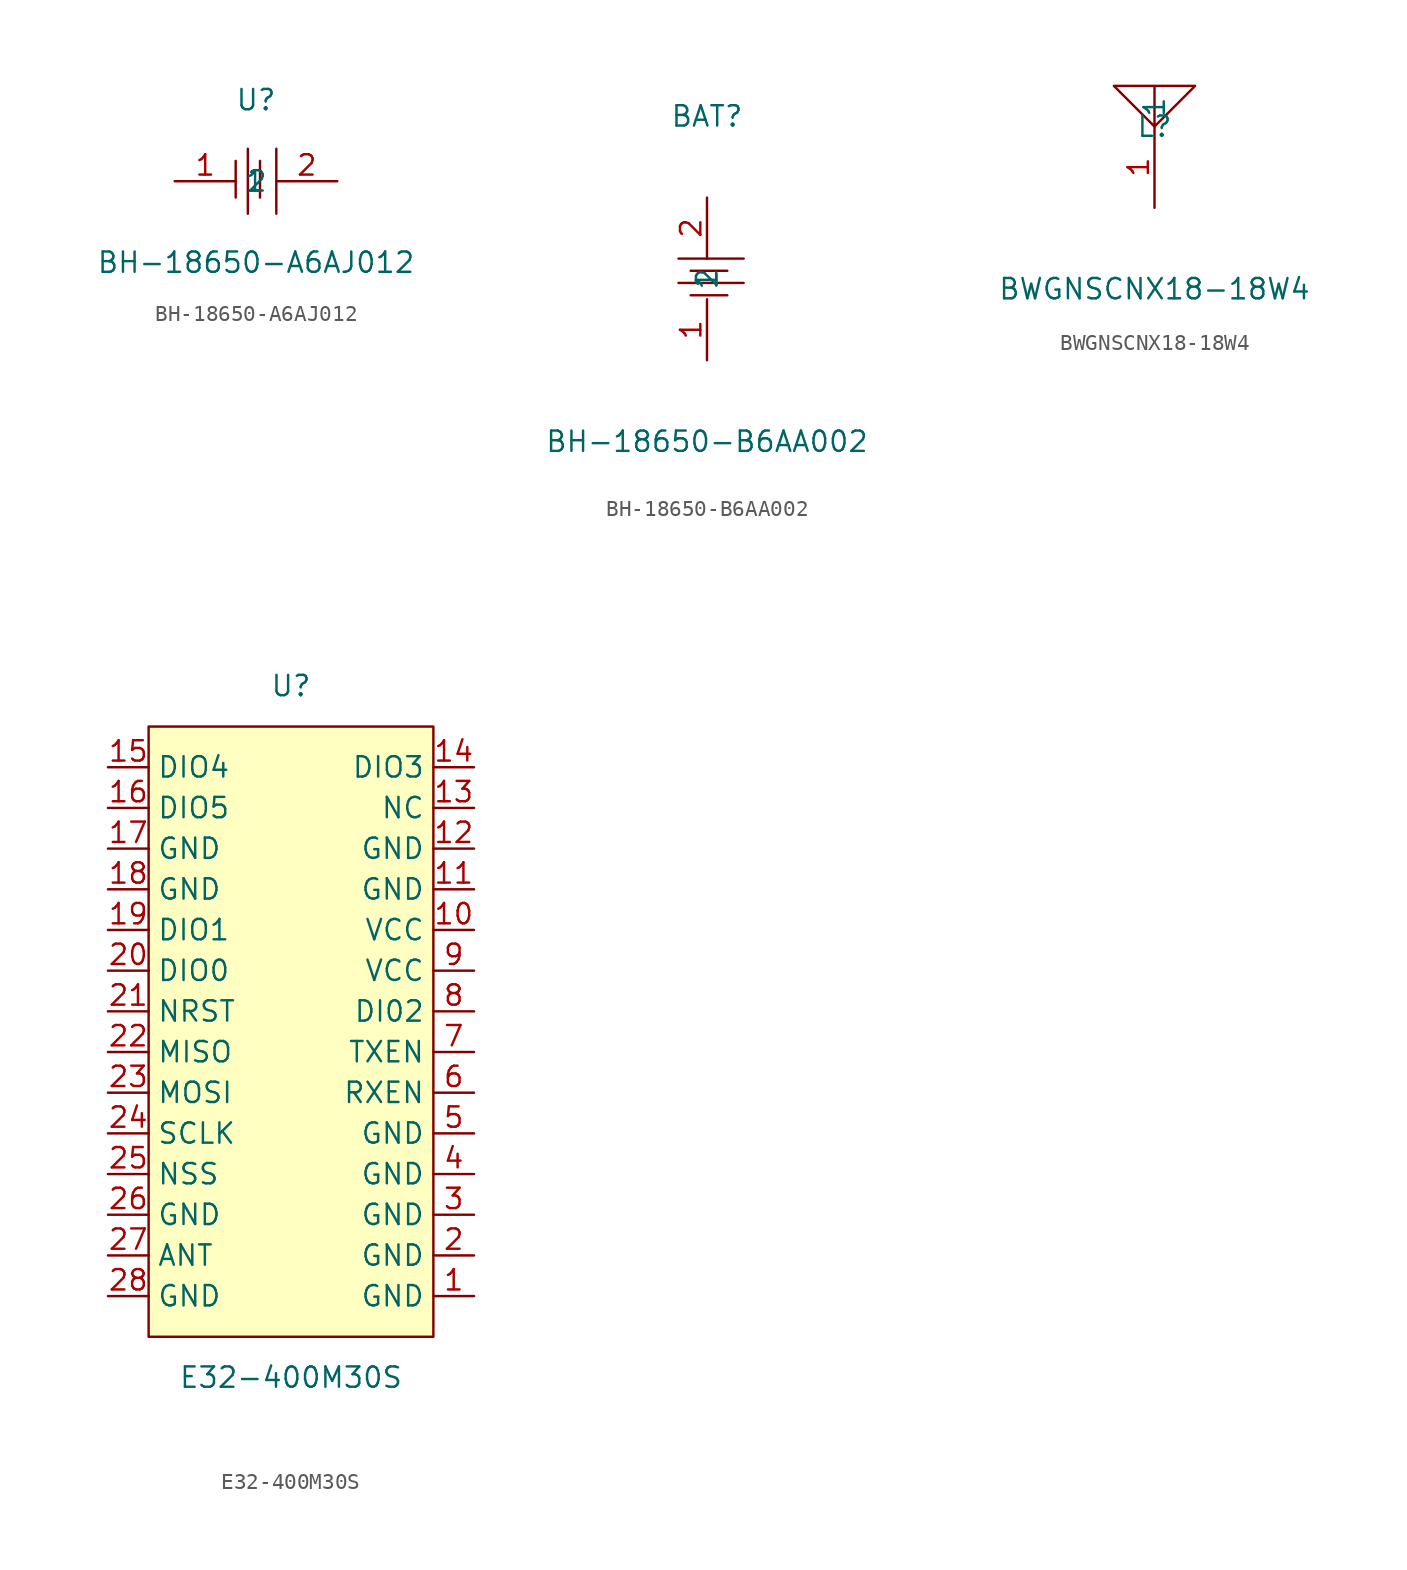
<source format=kicad_sym>
(kicad_symbol_lib
  (version 20241209)
  (generator "kicad_symbol_editor")
  (generator_version "9.0")
  (symbol "BH-18650-A6AJ012"
    (property "Reference" "U"
      (at 0 5.08 0)
      (effects (font (size 1.27 1.27))))
    (property "Value" "BH-18650-A6AJ012"
      (at 0 -5.08 0)
      (effects (font (size 1.27 1.27))))
    (symbol "BH-18650-A6AJ012_0_1"
      (polyline (pts (xy -1.27 -1.02) (xy -1.27 1.27)) (stroke (width 0) (type default)) (fill (type none)))
      (polyline (pts (xy -0.51 -2.03) (xy -0.51 2.03)) (stroke (width 0) (type default)) (fill (type none)))
      (polyline (pts (xy 0.25 -1.02) (xy 0.25 1.27)) (stroke (width 0) (type default)) (fill (type none)))
      (polyline (pts (xy 1.27 -2.03) (xy 1.27 2.03)) (stroke (width 0) (type default)) (fill (type none)))
      (pin input line (at -5.08 0 0) (length 3.81) (name "1" (effects (font (size 1.27 1.27)))) (number "1" (effects (font (size 1.27 1.27)))))
      (pin input line (at 5.08 0 180) (length 3.81) (name "2" (effects (font (size 1.27 1.27)))) (number "2" (effects (font (size 1.27 1.27)))))))
  (symbol "BH-18650-B6AA002"
    (property "Reference" "BAT"
      (at 0 10.16 0)
      (effects (font (size 1.27 1.27))))
    (property "Value" "BH-18650-B6AA002"
      (at 0 -10.16 0)
      (effects (font (size 1.27 1.27))))
    (symbol "BH-18650-B6AA002_0_1"
      (polyline (pts (xy 1.27 0.51) (xy -1.02 0.51)) (stroke (width 0) (type default)) (fill (type none)))
      (polyline (pts (xy 1.27 -1.02) (xy -1.02 -1.02)) (stroke (width 0) (type default)) (fill (type none)))
      (polyline (pts (xy 2.29 1.27) (xy -1.78 1.27)) (stroke (width 0) (type default)) (fill (type none)))
      (polyline (pts (xy 2.29 -0.25) (xy -1.78 -0.25)) (stroke (width 0) (type default)) (fill (type none)))
      (pin input line (at 0 5.08 270) (length 3.81) (name "2" (effects (font (size 1.27 1.27)))) (number "2" (effects (font (size 1.27 1.27)))))
      (pin input line (at 0 -5.08 90) (length 3.81) (name "1" (effects (font (size 1.27 1.27)))) (number "1" (effects (font (size 1.27 1.27)))))))
  (symbol "BWGNSCNX18-18W4"
    (property "Reference" "L"
      (at 0 0 0)
      (effects (font (size 1.27 1.27))))
    (property "Value" "BWGNSCNX18-18W4"
      (at 0 -10.16 0)
      (effects (font (size 1.27 1.27))))
    (symbol "BWGNSCNX18-18W4_0_1"
      (polyline (pts (xy 0 0) (xy -2.54 2.54) (xy 2.54 2.54) (xy 0 0) (xy 0 2.54)) (stroke (width 0) (type default)) (fill (type none)))
      (pin unspecified line (at 0 -5.08 90) (length 5.08) (name "1" (effects (font (size 1.27 1.27)))) (number "1" (effects (font (size 1.27 1.27)))))))
  (symbol "E32-400M30S"
    (property "Reference" "U"
      (at 0 21.59 0)
      (effects (font (size 1.27 1.27))))
    (property "Value" "E32-400M30S"
      (at 0 -21.59 0)
      (effects (font (size 1.27 1.27))))
    (symbol "E32-400M30S_0_1"
      (rectangle (start -8.89 19.05) (end 8.89 -19.05) (stroke (width 0) (type default)) (fill (type background)))
      (pin unspecified line (at -11.43 16.51 0) (length 2.54) (name "DIO4" (effects (font (size 1.27 1.27)))) (number "15" (effects (font (size 1.27 1.27)))))
      (pin unspecified line (at -11.43 13.97 0) (length 2.54) (name "DIO5" (effects (font (size 1.27 1.27)))) (number "16" (effects (font (size 1.27 1.27)))))
      (pin unspecified line (at -11.43 11.43 0) (length 2.54) (name "GND" (effects (font (size 1.27 1.27)))) (number "17" (effects (font (size 1.27 1.27)))))
      (pin unspecified line (at -11.43 8.89 0) (length 2.54) (name "GND" (effects (font (size 1.27 1.27)))) (number "18" (effects (font (size 1.27 1.27)))))
      (pin unspecified line (at -11.43 6.35 0) (length 2.54) (name "DIO1" (effects (font (size 1.27 1.27)))) (number "19" (effects (font (size 1.27 1.27)))))
      (pin unspecified line (at -11.43 3.81 0) (length 2.54) (name "DIO0" (effects (font (size 1.27 1.27)))) (number "20" (effects (font (size 1.27 1.27)))))
      (pin unspecified line (at -11.43 1.27 0) (length 2.54) (name "NRST" (effects (font (size 1.27 1.27)))) (number "21" (effects (font (size 1.27 1.27)))))
      (pin unspecified line (at -11.43 -1.27 0) (length 2.54) (name "MISO" (effects (font (size 1.27 1.27)))) (number "22" (effects (font (size 1.27 1.27)))))
      (pin unspecified line (at -11.43 -3.81 0) (length 2.54) (name "MOSI" (effects (font (size 1.27 1.27)))) (number "23" (effects (font (size 1.27 1.27)))))
      (pin unspecified line (at -11.43 -6.35 0) (length 2.54) (name "SCLK" (effects (font (size 1.27 1.27)))) (number "24" (effects (font (size 1.27 1.27)))))
      (pin unspecified line (at -11.43 -8.89 0) (length 2.54) (name "NSS" (effects (font (size 1.27 1.27)))) (number "25" (effects (font (size 1.27 1.27)))))
      (pin unspecified line (at -11.43 -11.43 0) (length 2.54) (name "GND" (effects (font (size 1.27 1.27)))) (number "26" (effects (font (size 1.27 1.27)))))
      (pin unspecified line (at -11.43 -13.97 0) (length 2.54) (name "ANT" (effects (font (size 1.27 1.27)))) (number "27" (effects (font (size 1.27 1.27)))))
      (pin unspecified line (at -11.43 -16.51 0) (length 2.54) (name "GND" (effects (font (size 1.27 1.27)))) (number "28" (effects (font (size 1.27 1.27)))))
      (pin unspecified line (at 11.43 16.51 180) (length 2.54) (name "DIO3" (effects (font (size 1.27 1.27)))) (number "14" (effects (font (size 1.27 1.27)))))
      (pin unspecified line (at 11.43 13.97 180) (length 2.54) (name "NC" (effects (font (size 1.27 1.27)))) (number "13" (effects (font (size 1.27 1.27)))))
      (pin unspecified line (at 11.43 11.43 180) (length 2.54) (name "GND" (effects (font (size 1.27 1.27)))) (number "12" (effects (font (size 1.27 1.27)))))
      (pin unspecified line (at 11.43 8.89 180) (length 2.54) (name "GND" (effects (font (size 1.27 1.27)))) (number "11" (effects (font (size 1.27 1.27)))))
      (pin unspecified line (at 11.43 6.35 180) (length 2.54) (name "VCC" (effects (font (size 1.27 1.27)))) (number "10" (effects (font (size 1.27 1.27)))))
      (pin unspecified line (at 11.43 3.81 180) (length 2.54) (name "VCC" (effects (font (size 1.27 1.27)))) (number "9" (effects (font (size 1.27 1.27)))))
      (pin unspecified line (at 11.43 1.27 180) (length 2.54) (name "DI02" (effects (font (size 1.27 1.27)))) (number "8" (effects (font (size 1.27 1.27)))))
      (pin unspecified line (at 11.43 -1.27 180) (length 2.54) (name "TXEN" (effects (font (size 1.27 1.27)))) (number "7" (effects (font (size 1.27 1.27)))))
      (pin unspecified line (at 11.43 -3.81 180) (length 2.54) (name "RXEN" (effects (font (size 1.27 1.27)))) (number "6" (effects (font (size 1.27 1.27)))))
      (pin unspecified line (at 11.43 -6.35 180) (length 2.54) (name "GND" (effects (font (size 1.27 1.27)))) (number "5" (effects (font (size 1.27 1.27)))))
      (pin unspecified line (at 11.43 -8.89 180) (length 2.54) (name "GND" (effects (font (size 1.27 1.27)))) (number "4" (effects (font (size 1.27 1.27)))))
      (pin unspecified line (at 11.43 -11.43 180) (length 2.54) (name "GND" (effects (font (size 1.27 1.27)))) (number "3" (effects (font (size 1.27 1.27)))))
      (pin unspecified line (at 11.43 -13.97 180) (length 2.54) (name "GND" (effects (font (size 1.27 1.27)))) (number "2" (effects (font (size 1.27 1.27)))))
      (pin unspecified line (at 11.43 -16.51 180) (length 2.54) (name "GND" (effects (font (size 1.27 1.27)))) (number "1" (effects (font (size 1.27 1.27))))))))
</source>
